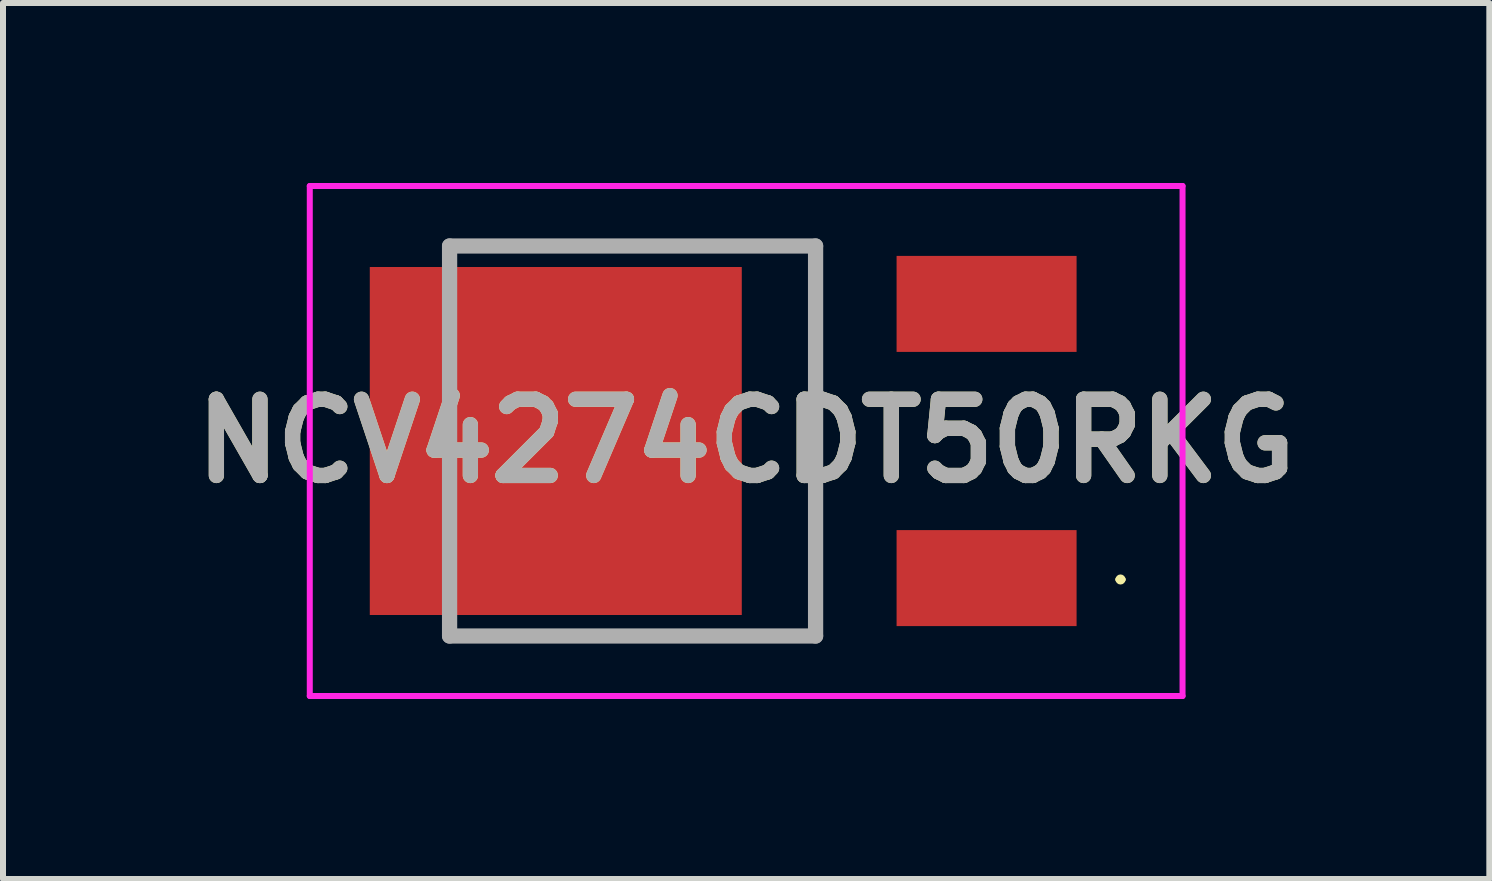
<source format=kicad_pcb>
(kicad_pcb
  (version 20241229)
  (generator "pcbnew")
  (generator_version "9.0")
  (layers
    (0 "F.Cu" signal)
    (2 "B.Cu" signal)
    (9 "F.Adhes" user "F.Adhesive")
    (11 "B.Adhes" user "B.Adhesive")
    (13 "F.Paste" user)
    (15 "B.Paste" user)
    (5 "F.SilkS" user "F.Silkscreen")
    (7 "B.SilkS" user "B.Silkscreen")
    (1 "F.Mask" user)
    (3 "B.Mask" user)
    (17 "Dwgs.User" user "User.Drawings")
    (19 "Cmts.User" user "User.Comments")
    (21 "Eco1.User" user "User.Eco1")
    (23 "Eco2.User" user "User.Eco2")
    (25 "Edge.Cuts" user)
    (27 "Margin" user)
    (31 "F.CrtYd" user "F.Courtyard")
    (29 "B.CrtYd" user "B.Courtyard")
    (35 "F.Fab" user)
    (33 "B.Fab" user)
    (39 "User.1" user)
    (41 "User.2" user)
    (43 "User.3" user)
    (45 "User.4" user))
  (footprint "NCV4274CDT50RKG"
    (layer "F.Cu")
    (at 4.443 4.3)
    (property "Reference" "NCV4274CDT50RKG" (at 4.943 0 0) (layer "F.SilkS") (effects (font (size 1.27 1.27) (thickness 0.254))))
    (attr smd)
    (fp_line (start 0 3.25) (end 6.1 3.25) (stroke (width 0.1) (type solid)) (layer "F.SilkS"))
    (fp_line (start 6.1 -3.25) (end 0 -3.25) (stroke (width 0.1) (type solid)) (layer "F.SilkS"))
    (fp_line (start 6.1 3.25) (end 6.1 -3.25) (stroke (width 0.1) (type solid)) (layer "F.SilkS"))
    (fp_line (start 11.148 2.308) (end 11.148 2.308) (stroke (width 0.1) (type solid)) (layer "F.SilkS"))
    (fp_line (start 11.216 2.308) (end 11.216 2.308) (stroke (width 0.1) (type solid)) (layer "F.SilkS"))
    (fp_arc (start 11.148 2.308) (mid 11.182 2.274) (end 11.216 2.308) (stroke (width 0.1) (type solid)) (layer "F.SilkS"))
    (fp_arc (start 11.216 2.308) (mid 11.182 2.342) (end 11.148 2.308) (stroke (width 0.1) (type solid)) (layer "F.SilkS"))
    (fp_line (start -2.33 -4.25) (end 12.216 -4.25) (stroke (width 0.1) (type solid)) (layer "F.CrtYd"))
    (fp_line (start -2.33 4.25) (end -2.33 -4.25) (stroke (width 0.1) (type solid)) (layer "F.CrtYd"))
    (fp_line (start 12.216 -4.25) (end 12.216 4.25) (stroke (width 0.1) (type solid)) (layer "F.CrtYd"))
    (fp_line (start 12.216 4.25) (end -2.33 4.25) (stroke (width 0.1) (type solid)) (layer "F.CrtYd"))
    (fp_line (start 0 -3.25) (end 6.1 -3.25) (stroke (width 0.254) (type solid)) (layer "F.Fab"))
    (fp_line (start 0 3.25) (end 0 -3.25) (stroke (width 0.254) (type solid)) (layer "F.Fab"))
    (fp_line (start 6.1 -3.25) (end 6.1 3.25) (stroke (width 0.254) (type solid)) (layer "F.Fab"))
    (fp_line (start 6.1 3.25) (end 0 3.25) (stroke (width 0.254) (type solid)) (layer "F.Fab"))
    (fp_text user "${REFERENCE}" (at 4.943 0 0) (layer "F.Fab") (effects (font (size 1.27 1.27) (thickness 0.254))))
    (pad "1" smd rect (at 8.95 2.285 90) (size 1.6 3) (layers "F.Cu" "F.Mask" "F.Paste"))
    (pad "2" smd rect (at 1.77 0 90) (size 5.8 6.2) (layers "F.Cu" "F.Mask" "F.Paste"))
    (pad "3" smd rect (at 8.95 -2.285 90) (size 1.6 3) (layers "F.Cu" "F.Mask" "F.Paste")))
  (gr_rect
    (start -3 -3)
    (end 21.772 11.6)
    (stroke (width 0.1) (type default))
    (fill no)
    (layer "Edge.Cuts")))
</source>
